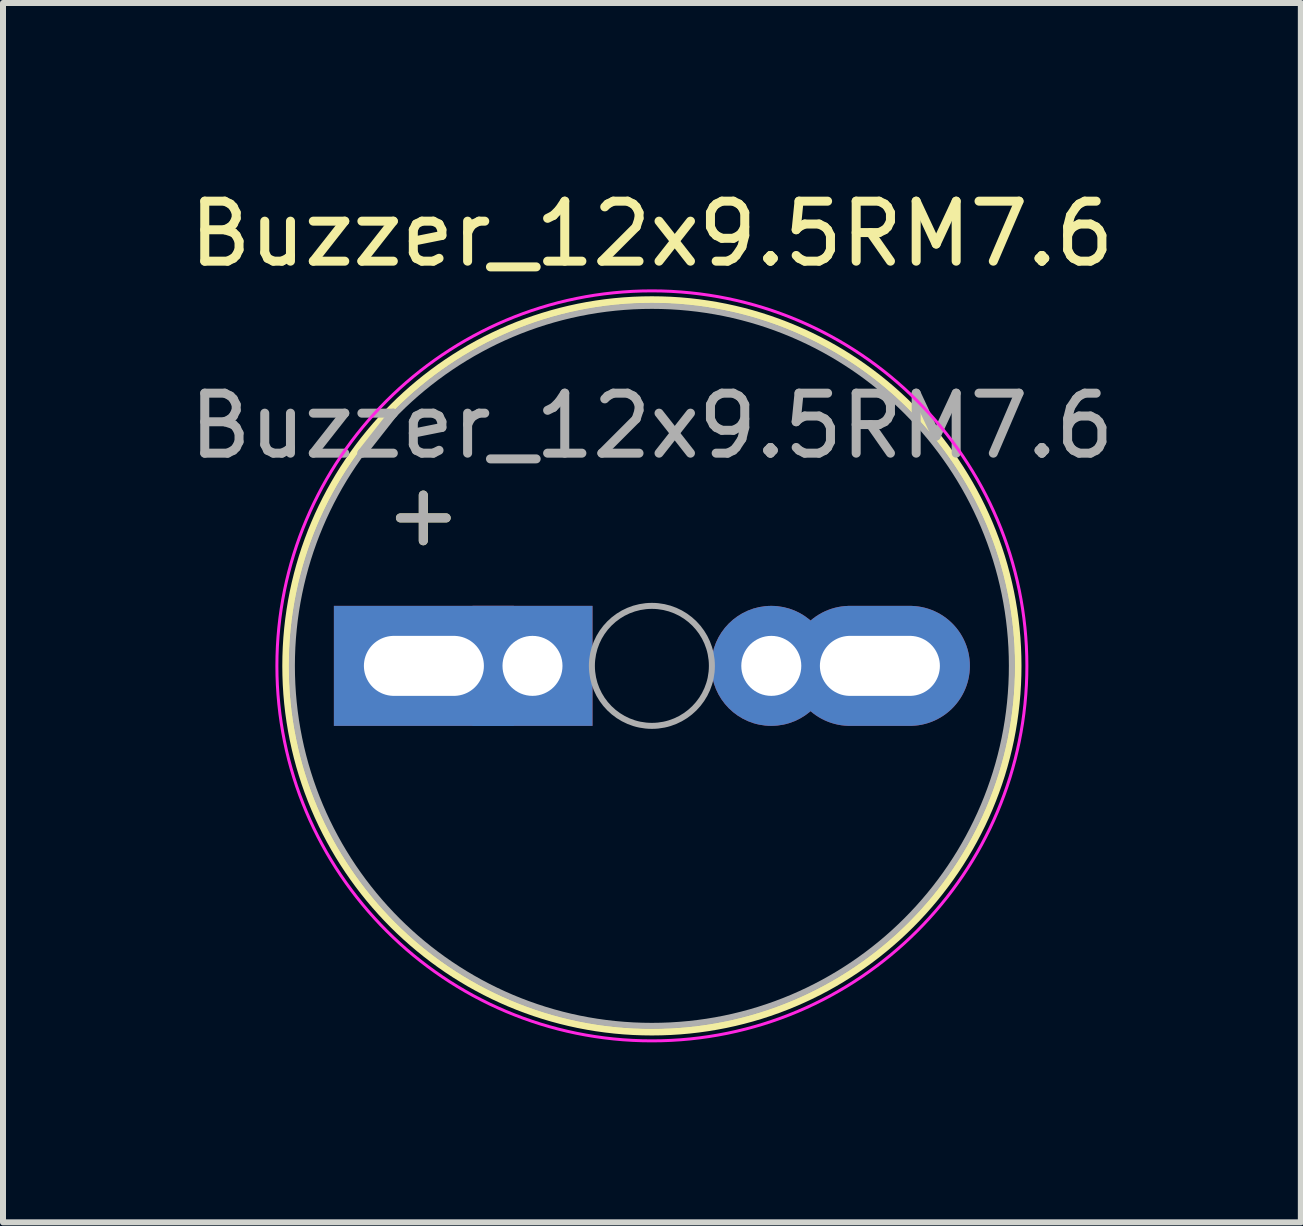
<source format=kicad_pcb>
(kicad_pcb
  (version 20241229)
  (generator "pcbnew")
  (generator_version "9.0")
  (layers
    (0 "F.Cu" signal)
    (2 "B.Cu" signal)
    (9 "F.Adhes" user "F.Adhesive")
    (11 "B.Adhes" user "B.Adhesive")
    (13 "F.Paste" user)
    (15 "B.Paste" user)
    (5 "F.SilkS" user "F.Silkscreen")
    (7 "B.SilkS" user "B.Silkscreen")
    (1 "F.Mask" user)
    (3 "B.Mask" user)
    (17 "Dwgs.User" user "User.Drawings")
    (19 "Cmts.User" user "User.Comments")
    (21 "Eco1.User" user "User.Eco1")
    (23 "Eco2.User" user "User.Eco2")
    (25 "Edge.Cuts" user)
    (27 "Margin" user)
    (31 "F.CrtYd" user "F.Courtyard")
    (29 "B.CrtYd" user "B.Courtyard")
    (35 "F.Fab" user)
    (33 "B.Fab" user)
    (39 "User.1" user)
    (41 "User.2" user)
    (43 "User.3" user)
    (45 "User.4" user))
  (footprint "Buzzer_12x9.5RM7.6"
    (layer "F.Cu")
    (at 4.015 8.048)
    (property "Reference" "Buzzer_12x9.5RM7.6" (at 3.8 -7.2 0) (layer "F.SilkS") (effects (font (size 1 1) (thickness 0.15))))
    (attr through_hole)
    (fp_circle (center 3.8 0) (end 9.9 0) (stroke (width 0.12) (type solid)) (fill no) (layer "F.SilkS"))
    (fp_circle (center 3.8 0) (end 10.05 0) (stroke (width 0.05) (type solid)) (fill no) (layer "F.CrtYd"))
    (fp_circle (center 3.8 0) (end 4.8 0) (stroke (width 0.1) (type solid)) (fill no) (layer "F.Fab"))
    (fp_circle (center 3.8 0) (end 9.8 0) (stroke (width 0.1) (type solid)) (fill no) (layer "F.Fab"))
    (fp_text user "+" (at -0.01 -2.54 0) (layer "F.SilkS") (effects (font (size 1 1) (thickness 0.15))))
    (fp_text user "${REFERENCE}" (at 3.8 -4 0) (layer "F.Fab") (effects (font (size 1 1) (thickness 0.15))))
    (fp_text user "+" (at -0.01 -2.54 0) (layer "F.Fab") (effects (font (size 1 1) (thickness 0.15))))
    (pad "1" thru_hole rect (at 0 0) (size 3 2) (drill oval 2 1) (layers "*.Cu" "*.Mask"))
    (pad "1" thru_hole rect (at 1.81 0) (size 2 2) (drill 1) (layers "*.Cu" "*.Mask"))
    (pad "2" thru_hole circle (at 5.79 0) (size 2 2) (drill 1) (layers "*.Cu" "*.Mask"))
    (pad "2" thru_hole oval (at 7.6 0) (size 3 2) (drill oval 2 1) (layers "*.Cu" "*.Mask")))
  (gr_rect
    (start -3 -3)
    (end 18.631 17.323)
    (stroke (width 0.1) (type default))
    (fill no)
    (layer "Edge.Cuts")))
</source>
